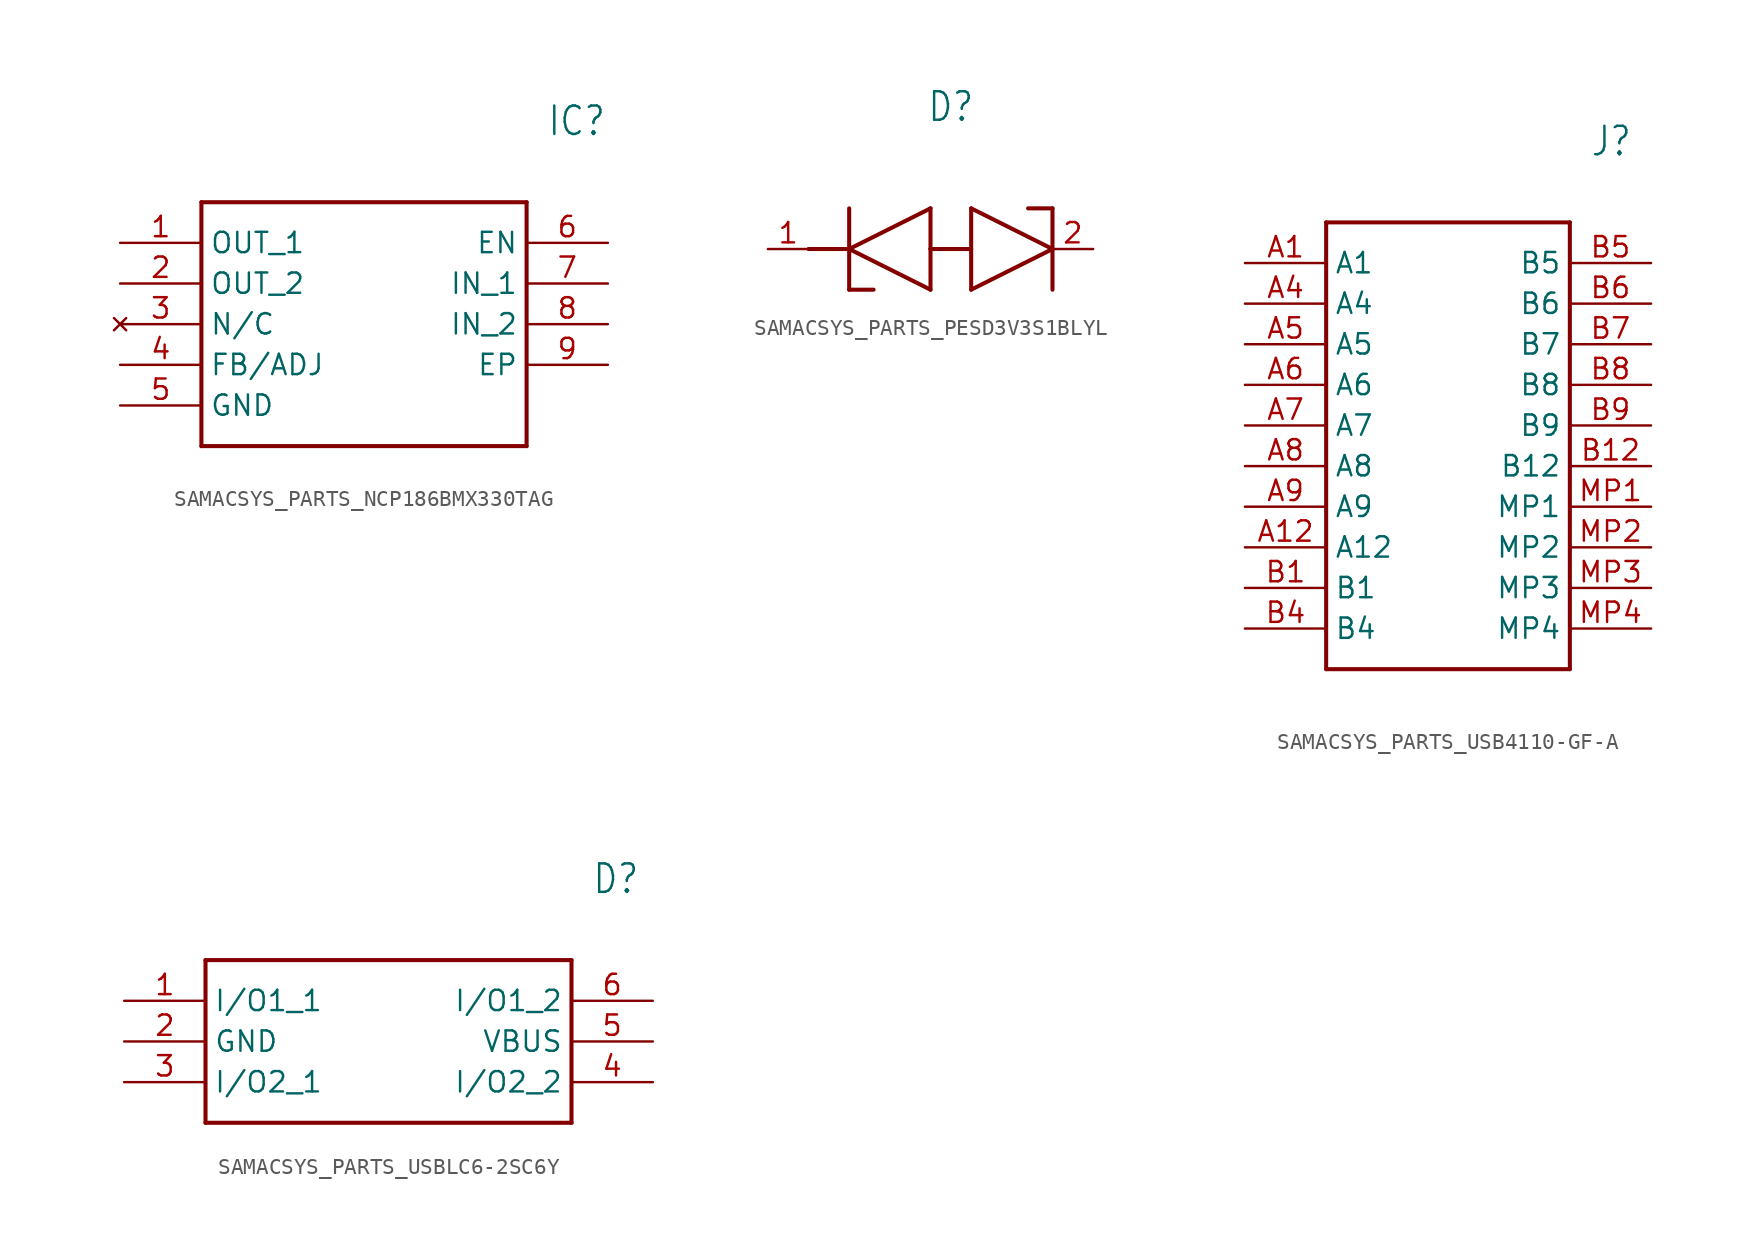
<source format=kicad_sym>
(kicad_symbol_lib
  (version 20220914)
  (generator kicad_symbol_editor)
  (symbol "SAMACSYS_PARTS_NCP186BMX330TAG"
    (property "Reference" "IC"
      (at 26.67 7.62 0)
      (effects (font (size 1.778 1.511)) (justify left)))
    (property "Value" ""
      (at 26.67 5.08 0)
      (effects (font (size 1.778 1.511)) (justify left)))
    (property "ki_locked" ""
      (at 0 0 0)
      (effects (font (size 1.27 1.27))))
    (symbol "SAMACSYS_PARTS_NCP186BMX330TAG_1_0"
      (polyline (pts (xy 5.08 2.54) (xy 5.08 -12.7)) (stroke (width 0.254) (type solid)) (fill (type none)))
      (polyline (pts (xy 5.08 2.54) (xy 25.4 2.54)) (stroke (width 0.254) (type solid)) (fill (type none)))
      (polyline (pts (xy 25.4 -12.7) (xy 5.08 -12.7)) (stroke (width 0.254) (type solid)) (fill (type none)))
      (polyline (pts (xy 25.4 -12.7) (xy 25.4 2.54)) (stroke (width 0.254) (type solid)) (fill (type none)))
      (pin bidirectional line (at 0 0 0) (length 5.08) (name "OUT_1" (effects (font (size 1.27 1.27)))) (number "1" (effects (font (size 1.27 1.27)))))
      (pin bidirectional line (at 0 -2.54 0) (length 5.08) (name "OUT_2" (effects (font (size 1.27 1.27)))) (number "2" (effects (font (size 1.27 1.27)))))
      (pin no_connect line (at 0 -5.08 0) (length 5.08) (name "N/C" (effects (font (size 1.27 1.27)))) (number "3" (effects (font (size 1.27 1.27)))))
      (pin bidirectional line (at 0 -7.62 0) (length 5.08) (name "FB/ADJ" (effects (font (size 1.27 1.27)))) (number "4" (effects (font (size 1.27 1.27)))))
      (pin bidirectional line (at 0 -10.16 0) (length 5.08) (name "GND" (effects (font (size 1.27 1.27)))) (number "5" (effects (font (size 1.27 1.27)))))
      (pin bidirectional line (at 30.48 0 180) (length 5.08) (name "EN" (effects (font (size 1.27 1.27)))) (number "6" (effects (font (size 1.27 1.27)))))
      (pin bidirectional line (at 30.48 -2.54 180) (length 5.08) (name "IN_1" (effects (font (size 1.27 1.27)))) (number "7" (effects (font (size 1.27 1.27)))))
      (pin bidirectional line (at 30.48 -5.08 180) (length 5.08) (name "IN_2" (effects (font (size 1.27 1.27)))) (number "8" (effects (font (size 1.27 1.27)))))
      (pin bidirectional line (at 30.48 -7.62 180) (length 5.08) (name "EP" (effects (font (size 1.27 1.27)))) (number "9" (effects (font (size 1.27 1.27)))))))
  (symbol "SAMACSYS_PARTS_PESD3V3S1BLYL"
    (property "Reference" "D"
      (at 11.43 8.89 0)
      (effects (font (size 1.778 1.511))))
    (property "Value" ""
      (at 11.43 6.35 0)
      (effects (font (size 1.778 1.511))))
    (property "ki_locked" ""
      (at 0 0 0)
      (effects (font (size 1.27 1.27))))
    (symbol "SAMACSYS_PARTS_PESD3V3S1BLYL_1_0"
      (polyline (pts (xy 2.54 0) (xy 5.08 0)) (stroke (width 0.254) (type solid)) (fill (type none)))
      (polyline (pts (xy 5.08 -2.54) (xy 6.604 -2.54)) (stroke (width 0.254) (type solid)) (fill (type none)))
      (polyline (pts (xy 5.08 0) (xy 5.08 -2.54)) (stroke (width 0.254) (type solid)) (fill (type none)))
      (polyline (pts (xy 5.08 0) (xy 10.16 2.54)) (stroke (width 0.254) (type solid)) (fill (type none)))
      (polyline (pts (xy 5.08 2.54) (xy 5.08 0)) (stroke (width 0.254) (type solid)) (fill (type none)))
      (polyline (pts (xy 10.16 -2.54) (xy 5.08 0)) (stroke (width 0.254) (type solid)) (fill (type none)))
      (polyline (pts (xy 10.16 -2.54) (xy 10.16 0)) (stroke (width 0.254) (type solid)) (fill (type none)))
      (polyline (pts (xy 10.16 0) (xy 10.16 2.54)) (stroke (width 0.254) (type solid)) (fill (type none)))
      (polyline (pts (xy 12.7 0) (xy 10.16 0)) (stroke (width 0.254) (type solid)) (fill (type none)))
      (polyline (pts (xy 12.7 2.54) (xy 12.7 -2.54)) (stroke (width 0.254) (type solid)) (fill (type none)))
      (polyline (pts (xy 12.7 2.54) (xy 17.78 0)) (stroke (width 0.254) (type solid)) (fill (type none)))
      (polyline (pts (xy 16.256 2.54) (xy 17.78 2.54)) (stroke (width 0.254) (type solid)) (fill (type none)))
      (polyline (pts (xy 17.78 0) (xy 12.7 -2.54)) (stroke (width 0.254) (type solid)) (fill (type none)))
      (polyline (pts (xy 17.78 2.54) (xy 17.78 -2.54)) (stroke (width 0.254) (type solid)) (fill (type none)))
      (pin bidirectional line (at 0 0 0) (length 2.54) (name "K1" (effects (font (size 0 0)))) (number "1" (effects (font (size 1.27 1.27)))))
      (pin bidirectional line (at 20.32 0 180) (length 2.54) (name "K2" (effects (font (size 0 0)))) (number "2" (effects (font (size 1.27 1.27)))))))
  (symbol "SAMACSYS_PARTS_USB4110-GF-A"
    (property "Reference" "J"
      (at 21.59 7.62 0)
      (effects (font (size 1.778 1.511)) (justify left)))
    (property "Value" ""
      (at 21.59 5.08 0)
      (effects (font (size 1.778 1.511)) (justify left)))
    (property "ki_locked" ""
      (at 0 0 0)
      (effects (font (size 1.27 1.27))))
    (symbol "SAMACSYS_PARTS_USB4110-GF-A_1_0"
      (polyline (pts (xy 5.08 2.54) (xy 5.08 -25.4)) (stroke (width 0.254) (type solid)) (fill (type none)))
      (polyline (pts (xy 5.08 2.54) (xy 20.32 2.54)) (stroke (width 0.254) (type solid)) (fill (type none)))
      (polyline (pts (xy 20.32 -25.4) (xy 5.08 -25.4)) (stroke (width 0.254) (type solid)) (fill (type none)))
      (polyline (pts (xy 20.32 -25.4) (xy 20.32 2.54)) (stroke (width 0.254) (type solid)) (fill (type none)))
      (pin bidirectional line (at 0 0 0) (length 5.08) (name "A1" (effects (font (size 1.27 1.27)))) (number "A1" (effects (font (size 1.27 1.27)))))
      (pin bidirectional line (at 0 -17.78 0) (length 5.08) (name "A12" (effects (font (size 1.27 1.27)))) (number "A12" (effects (font (size 1.27 1.27)))))
      (pin bidirectional line (at 0 -2.54 0) (length 5.08) (name "A4" (effects (font (size 1.27 1.27)))) (number "A4" (effects (font (size 1.27 1.27)))))
      (pin bidirectional line (at 0 -5.08 0) (length 5.08) (name "A5" (effects (font (size 1.27 1.27)))) (number "A5" (effects (font (size 1.27 1.27)))))
      (pin bidirectional line (at 0 -7.62 0) (length 5.08) (name "A6" (effects (font (size 1.27 1.27)))) (number "A6" (effects (font (size 1.27 1.27)))))
      (pin bidirectional line (at 0 -10.16 0) (length 5.08) (name "A7" (effects (font (size 1.27 1.27)))) (number "A7" (effects (font (size 1.27 1.27)))))
      (pin bidirectional line (at 0 -12.7 0) (length 5.08) (name "A8" (effects (font (size 1.27 1.27)))) (number "A8" (effects (font (size 1.27 1.27)))))
      (pin bidirectional line (at 0 -15.24 0) (length 5.08) (name "A9" (effects (font (size 1.27 1.27)))) (number "A9" (effects (font (size 1.27 1.27)))))
      (pin bidirectional line (at 0 -20.32 0) (length 5.08) (name "B1" (effects (font (size 1.27 1.27)))) (number "B1" (effects (font (size 1.27 1.27)))))
      (pin bidirectional line (at 25.4 -12.7 180) (length 5.08) (name "B12" (effects (font (size 1.27 1.27)))) (number "B12" (effects (font (size 1.27 1.27)))))
      (pin bidirectional line (at 0 -22.86 0) (length 5.08) (name "B4" (effects (font (size 1.27 1.27)))) (number "B4" (effects (font (size 1.27 1.27)))))
      (pin bidirectional line (at 25.4 0 180) (length 5.08) (name "B5" (effects (font (size 1.27 1.27)))) (number "B5" (effects (font (size 1.27 1.27)))))
      (pin bidirectional line (at 25.4 -2.54 180) (length 5.08) (name "B6" (effects (font (size 1.27 1.27)))) (number "B6" (effects (font (size 1.27 1.27)))))
      (pin bidirectional line (at 25.4 -5.08 180) (length 5.08) (name "B7" (effects (font (size 1.27 1.27)))) (number "B7" (effects (font (size 1.27 1.27)))))
      (pin bidirectional line (at 25.4 -7.62 180) (length 5.08) (name "B8" (effects (font (size 1.27 1.27)))) (number "B8" (effects (font (size 1.27 1.27)))))
      (pin bidirectional line (at 25.4 -10.16 180) (length 5.08) (name "B9" (effects (font (size 1.27 1.27)))) (number "B9" (effects (font (size 1.27 1.27)))))
      (pin bidirectional line (at 25.4 -15.24 180) (length 5.08) (name "MP1" (effects (font (size 1.27 1.27)))) (number "MP1" (effects (font (size 1.27 1.27)))))
      (pin bidirectional line (at 25.4 -17.78 180) (length 5.08) (name "MP2" (effects (font (size 1.27 1.27)))) (number "MP2" (effects (font (size 1.27 1.27)))))
      (pin bidirectional line (at 25.4 -20.32 180) (length 5.08) (name "MP3" (effects (font (size 1.27 1.27)))) (number "MP3" (effects (font (size 1.27 1.27)))))
      (pin bidirectional line (at 25.4 -22.86 180) (length 5.08) (name "MP4" (effects (font (size 1.27 1.27)))) (number "MP4" (effects (font (size 1.27 1.27)))))))
  (symbol "SAMACSYS_PARTS_USBLC6-2SC6Y"
    (property "Reference" "D"
      (at 29.21 7.62 0)
      (effects (font (size 1.778 1.511)) (justify left)))
    (property "Value" ""
      (at 29.21 5.08 0)
      (effects (font (size 1.778 1.511)) (justify left)))
    (property "ki_locked" ""
      (at 0 0 0)
      (effects (font (size 1.27 1.27))))
    (symbol "SAMACSYS_PARTS_USBLC6-2SC6Y_1_0"
      (polyline (pts (xy 5.08 2.54) (xy 5.08 -7.62)) (stroke (width 0.254) (type solid)) (fill (type none)))
      (polyline (pts (xy 5.08 2.54) (xy 27.94 2.54)) (stroke (width 0.254) (type solid)) (fill (type none)))
      (polyline (pts (xy 27.94 -7.62) (xy 5.08 -7.62)) (stroke (width 0.254) (type solid)) (fill (type none)))
      (polyline (pts (xy 27.94 -7.62) (xy 27.94 2.54)) (stroke (width 0.254) (type solid)) (fill (type none)))
      (pin bidirectional line (at 0 0 0) (length 5.08) (name "I/O1_1" (effects (font (size 1.27 1.27)))) (number "1" (effects (font (size 1.27 1.27)))))
      (pin bidirectional line (at 0 -2.54 0) (length 5.08) (name "GND" (effects (font (size 1.27 1.27)))) (number "2" (effects (font (size 1.27 1.27)))))
      (pin bidirectional line (at 0 -5.08 0) (length 5.08) (name "I/O2_1" (effects (font (size 1.27 1.27)))) (number "3" (effects (font (size 1.27 1.27)))))
      (pin bidirectional line (at 33.02 -5.08 180) (length 5.08) (name "I/O2_2" (effects (font (size 1.27 1.27)))) (number "4" (effects (font (size 1.27 1.27)))))
      (pin bidirectional line (at 33.02 -2.54 180) (length 5.08) (name "VBUS" (effects (font (size 1.27 1.27)))) (number "5" (effects (font (size 1.27 1.27)))))
      (pin bidirectional line (at 33.02 0 180) (length 5.08) (name "I/O1_2" (effects (font (size 1.27 1.27)))) (number "6" (effects (font (size 1.27 1.27))))))))
</source>
